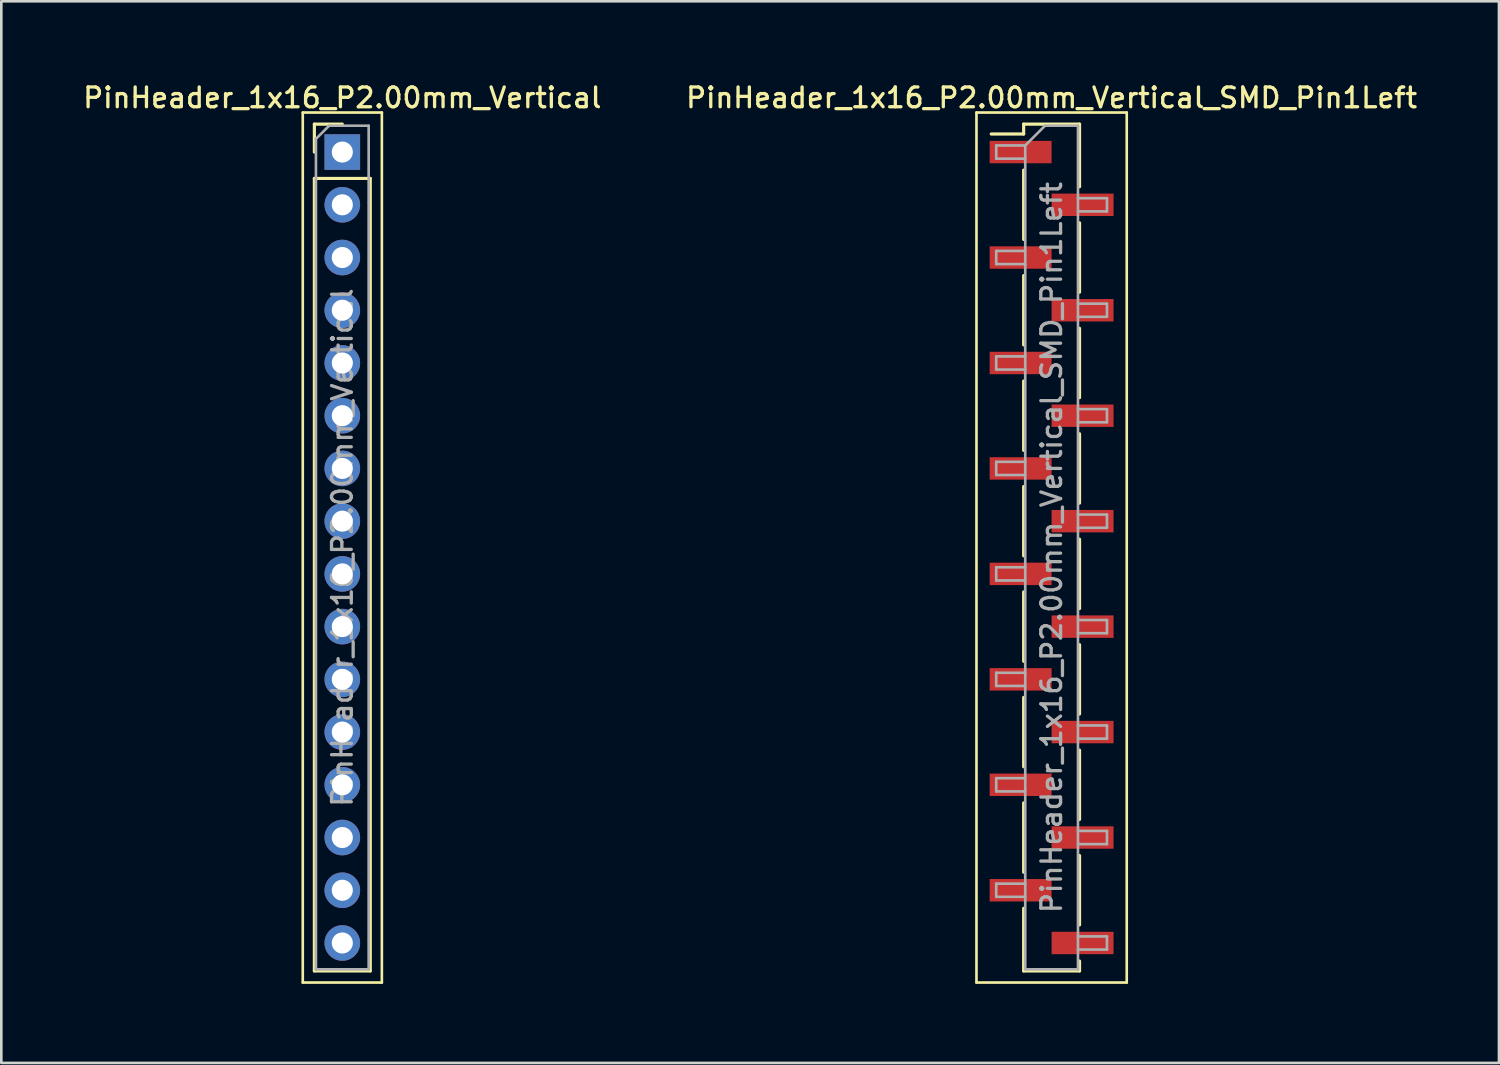
<source format=kicad_pcb>
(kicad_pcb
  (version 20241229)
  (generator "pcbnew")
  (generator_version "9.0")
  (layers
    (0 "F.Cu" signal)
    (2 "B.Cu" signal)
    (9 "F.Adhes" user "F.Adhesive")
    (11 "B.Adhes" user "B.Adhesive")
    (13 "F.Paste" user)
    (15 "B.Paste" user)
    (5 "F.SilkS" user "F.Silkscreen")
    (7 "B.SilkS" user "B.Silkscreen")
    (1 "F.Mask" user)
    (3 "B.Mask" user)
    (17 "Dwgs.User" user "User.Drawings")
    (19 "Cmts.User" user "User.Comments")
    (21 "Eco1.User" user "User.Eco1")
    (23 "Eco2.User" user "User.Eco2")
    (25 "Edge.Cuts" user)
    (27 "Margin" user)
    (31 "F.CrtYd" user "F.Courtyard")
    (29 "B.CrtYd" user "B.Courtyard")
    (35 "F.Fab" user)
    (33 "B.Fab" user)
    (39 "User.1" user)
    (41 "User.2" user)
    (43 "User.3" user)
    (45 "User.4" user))
  (footprint "PinHeader_1x16_P2.00mm_Vertical_SMD_Pin1Left"
    (layer "F.Cu")
    (at 36.838 17.718)
    (property "Reference" "PinHeader_1x16_P2.00mm_Vertical_SMD_Pin1Left" (at 0 -17.06 0) (layer "F.SilkS") (effects (font (size 0.75 0.75) (thickness 0.125))))
    (attr smd)
    (fp_line (start -2.85 -16.5) (end -2.85 16.5) (stroke (width 0.1) (type solid)) (layer "F.SilkS"))
    (fp_line (start -2.85 16.5) (end 2.85 16.5) (stroke (width 0.1) (type solid)) (layer "F.SilkS"))
    (fp_line (start -1.06 -16.06) (end -1.06 -15.685) (stroke (width 0.12) (type solid)) (layer "F.SilkS"))
    (fp_line (start -1.06 -16.06) (end 1.06 -16.06) (stroke (width 0.12) (type solid)) (layer "F.SilkS"))
    (fp_line (start -1.06 -15.685) (end -2.29 -15.685) (stroke (width 0.12) (type solid)) (layer "F.SilkS"))
    (fp_line (start -1.06 -14.315) (end -1.06 -11.685) (stroke (width 0.12) (type solid)) (layer "F.SilkS"))
    (fp_line (start -1.06 -10.315) (end -1.06 -7.685) (stroke (width 0.12) (type solid)) (layer "F.SilkS"))
    (fp_line (start -1.06 -6.315) (end -1.06 -3.685) (stroke (width 0.12) (type solid)) (layer "F.SilkS"))
    (fp_line (start -1.06 -2.315) (end -1.06 0.315) (stroke (width 0.12) (type solid)) (layer "F.SilkS"))
    (fp_line (start -1.06 1.685) (end -1.06 4.315) (stroke (width 0.12) (type solid)) (layer "F.SilkS"))
    (fp_line (start -1.06 5.685) (end -1.06 8.315) (stroke (width 0.12) (type solid)) (layer "F.SilkS"))
    (fp_line (start -1.06 9.685) (end -1.06 12.315) (stroke (width 0.12) (type solid)) (layer "F.SilkS"))
    (fp_line (start -1.06 13.685) (end -1.06 16.06) (stroke (width 0.12) (type solid)) (layer "F.SilkS"))
    (fp_line (start -1.06 16.06) (end 1.06 16.06) (stroke (width 0.12) (type solid)) (layer "F.SilkS"))
    (fp_line (start 1.06 -16.06) (end 1.06 -13.685) (stroke (width 0.12) (type solid)) (layer "F.SilkS"))
    (fp_line (start 1.06 -12.315) (end 1.06 -9.685) (stroke (width 0.12) (type solid)) (layer "F.SilkS"))
    (fp_line (start 1.06 -8.315) (end 1.06 -5.685) (stroke (width 0.12) (type solid)) (layer "F.SilkS"))
    (fp_line (start 1.06 -4.315) (end 1.06 -1.685) (stroke (width 0.12) (type solid)) (layer "F.SilkS"))
    (fp_line (start 1.06 -0.315) (end 1.06 2.315) (stroke (width 0.12) (type solid)) (layer "F.SilkS"))
    (fp_line (start 1.06 3.685) (end 1.06 6.315) (stroke (width 0.12) (type solid)) (layer "F.SilkS"))
    (fp_line (start 1.06 7.685) (end 1.06 10.315) (stroke (width 0.12) (type solid)) (layer "F.SilkS"))
    (fp_line (start 1.06 11.685) (end 1.06 14.315) (stroke (width 0.12) (type solid)) (layer "F.SilkS"))
    (fp_line (start 1.06 15.685) (end 1.06 16.06) (stroke (width 0.12) (type solid)) (layer "F.SilkS"))
    (fp_line (start 2.85 -16.5) (end -2.85 -16.5) (stroke (width 0.1) (type solid)) (layer "F.SilkS"))
    (fp_line (start 2.85 16.5) (end 2.85 -16.5) (stroke (width 0.1) (type solid)) (layer "F.SilkS"))
    (fp_line (start -2.1 -15.25) (end -2.1 -14.75) (stroke (width 0.1) (type solid)) (layer "F.Fab"))
    (fp_line (start -2.1 -14.75) (end -1 -14.75) (stroke (width 0.1) (type solid)) (layer "F.Fab"))
    (fp_line (start -2.1 -11.25) (end -2.1 -10.75) (stroke (width 0.1) (type solid)) (layer "F.Fab"))
    (fp_line (start -2.1 -10.75) (end -1 -10.75) (stroke (width 0.1) (type solid)) (layer "F.Fab"))
    (fp_line (start -2.1 -7.25) (end -2.1 -6.75) (stroke (width 0.1) (type solid)) (layer "F.Fab"))
    (fp_line (start -2.1 -6.75) (end -1 -6.75) (stroke (width 0.1) (type solid)) (layer "F.Fab"))
    (fp_line (start -2.1 -3.25) (end -2.1 -2.75) (stroke (width 0.1) (type solid)) (layer "F.Fab"))
    (fp_line (start -2.1 -2.75) (end -1 -2.75) (stroke (width 0.1) (type solid)) (layer "F.Fab"))
    (fp_line (start -2.1 0.75) (end -2.1 1.25) (stroke (width 0.1) (type solid)) (layer "F.Fab"))
    (fp_line (start -2.1 1.25) (end -1 1.25) (stroke (width 0.1) (type solid)) (layer "F.Fab"))
    (fp_line (start -2.1 4.75) (end -2.1 5.25) (stroke (width 0.1) (type solid)) (layer "F.Fab"))
    (fp_line (start -2.1 5.25) (end -1 5.25) (stroke (width 0.1) (type solid)) (layer "F.Fab"))
    (fp_line (start -2.1 8.75) (end -2.1 9.25) (stroke (width 0.1) (type solid)) (layer "F.Fab"))
    (fp_line (start -2.1 9.25) (end -1 9.25) (stroke (width 0.1) (type solid)) (layer "F.Fab"))
    (fp_line (start -2.1 12.75) (end -2.1 13.25) (stroke (width 0.1) (type solid)) (layer "F.Fab"))
    (fp_line (start -2.1 13.25) (end -1 13.25) (stroke (width 0.1) (type solid)) (layer "F.Fab"))
    (fp_line (start -1 -15.25) (end -2.1 -15.25) (stroke (width 0.1) (type solid)) (layer "F.Fab"))
    (fp_line (start -1 -15.25) (end -0.25 -16) (stroke (width 0.1) (type solid)) (layer "F.Fab"))
    (fp_line (start -1 -11.25) (end -2.1 -11.25) (stroke (width 0.1) (type solid)) (layer "F.Fab"))
    (fp_line (start -1 -7.25) (end -2.1 -7.25) (stroke (width 0.1) (type solid)) (layer "F.Fab"))
    (fp_line (start -1 -3.25) (end -2.1 -3.25) (stroke (width 0.1) (type solid)) (layer "F.Fab"))
    (fp_line (start -1 0.75) (end -2.1 0.75) (stroke (width 0.1) (type solid)) (layer "F.Fab"))
    (fp_line (start -1 4.75) (end -2.1 4.75) (stroke (width 0.1) (type solid)) (layer "F.Fab"))
    (fp_line (start -1 8.75) (end -2.1 8.75) (stroke (width 0.1) (type solid)) (layer "F.Fab"))
    (fp_line (start -1 12.75) (end -2.1 12.75) (stroke (width 0.1) (type solid)) (layer "F.Fab"))
    (fp_line (start -1 16) (end -1 -15.25) (stroke (width 0.1) (type solid)) (layer "F.Fab"))
    (fp_line (start -0.25 -16) (end 1 -16) (stroke (width 0.1) (type solid)) (layer "F.Fab"))
    (fp_line (start 1 -16) (end 1 16) (stroke (width 0.1) (type solid)) (layer "F.Fab"))
    (fp_line (start 1 -13.25) (end 2.1 -13.25) (stroke (width 0.1) (type solid)) (layer "F.Fab"))
    (fp_line (start 1 -9.25) (end 2.1 -9.25) (stroke (width 0.1) (type solid)) (layer "F.Fab"))
    (fp_line (start 1 -5.25) (end 2.1 -5.25) (stroke (width 0.1) (type solid)) (layer "F.Fab"))
    (fp_line (start 1 -1.25) (end 2.1 -1.25) (stroke (width 0.1) (type solid)) (layer "F.Fab"))
    (fp_line (start 1 2.75) (end 2.1 2.75) (stroke (width 0.1) (type solid)) (layer "F.Fab"))
    (fp_line (start 1 6.75) (end 2.1 6.75) (stroke (width 0.1) (type solid)) (layer "F.Fab"))
    (fp_line (start 1 10.75) (end 2.1 10.75) (stroke (width 0.1) (type solid)) (layer "F.Fab"))
    (fp_line (start 1 14.75) (end 2.1 14.75) (stroke (width 0.1) (type solid)) (layer "F.Fab"))
    (fp_line (start 1 16) (end -1 16) (stroke (width 0.1) (type solid)) (layer "F.Fab"))
    (fp_line (start 2.1 -13.25) (end 2.1 -12.75) (stroke (width 0.1) (type solid)) (layer "F.Fab"))
    (fp_line (start 2.1 -12.75) (end 1 -12.75) (stroke (width 0.1) (type solid)) (layer "F.Fab"))
    (fp_line (start 2.1 -9.25) (end 2.1 -8.75) (stroke (width 0.1) (type solid)) (layer "F.Fab"))
    (fp_line (start 2.1 -8.75) (end 1 -8.75) (stroke (width 0.1) (type solid)) (layer "F.Fab"))
    (fp_line (start 2.1 -5.25) (end 2.1 -4.75) (stroke (width 0.1) (type solid)) (layer "F.Fab"))
    (fp_line (start 2.1 -4.75) (end 1 -4.75) (stroke (width 0.1) (type solid)) (layer "F.Fab"))
    (fp_line (start 2.1 -1.25) (end 2.1 -0.75) (stroke (width 0.1) (type solid)) (layer "F.Fab"))
    (fp_line (start 2.1 -0.75) (end 1 -0.75) (stroke (width 0.1) (type solid)) (layer "F.Fab"))
    (fp_line (start 2.1 2.75) (end 2.1 3.25) (stroke (width 0.1) (type solid)) (layer "F.Fab"))
    (fp_line (start 2.1 3.25) (end 1 3.25) (stroke (width 0.1) (type solid)) (layer "F.Fab"))
    (fp_line (start 2.1 6.75) (end 2.1 7.25) (stroke (width 0.1) (type solid)) (layer "F.Fab"))
    (fp_line (start 2.1 7.25) (end 1 7.25) (stroke (width 0.1) (type solid)) (layer "F.Fab"))
    (fp_line (start 2.1 10.75) (end 2.1 11.25) (stroke (width 0.1) (type solid)) (layer "F.Fab"))
    (fp_line (start 2.1 11.25) (end 1 11.25) (stroke (width 0.1) (type solid)) (layer "F.Fab"))
    (fp_line (start 2.1 14.75) (end 2.1 15.25) (stroke (width 0.1) (type solid)) (layer "F.Fab"))
    (fp_line (start 2.1 15.25) (end 1 15.25) (stroke (width 0.1) (type solid)) (layer "F.Fab"))
    (fp_text user "${REFERENCE}" (at 0 0 90) (layer "F.Fab") (effects (font (size 0.75 0.75) (thickness 0.125))))
    (pad "1" smd rect (at -1.175 -15) (size 2.35 0.85) (layers "F.Cu" "F.Mask" "F.Paste"))
    (pad "2" smd rect (at 1.175 -13) (size 2.35 0.85) (layers "F.Cu" "F.Mask" "F.Paste"))
    (pad "3" smd rect (at -1.175 -11) (size 2.35 0.85) (layers "F.Cu" "F.Mask" "F.Paste"))
    (pad "4" smd rect (at 1.175 -9) (size 2.35 0.85) (layers "F.Cu" "F.Mask" "F.Paste"))
    (pad "5" smd rect (at -1.175 -7) (size 2.35 0.85) (layers "F.Cu" "F.Mask" "F.Paste"))
    (pad "6" smd rect (at 1.175 -5) (size 2.35 0.85) (layers "F.Cu" "F.Mask" "F.Paste"))
    (pad "7" smd rect (at -1.175 -3) (size 2.35 0.85) (layers "F.Cu" "F.Mask" "F.Paste"))
    (pad "8" smd rect (at 1.175 -1) (size 2.35 0.85) (layers "F.Cu" "F.Mask" "F.Paste"))
    (pad "9" smd rect (at -1.175 1) (size 2.35 0.85) (layers "F.Cu" "F.Mask" "F.Paste"))
    (pad "10" smd rect (at 1.175 3) (size 2.35 0.85) (layers "F.Cu" "F.Mask" "F.Paste"))
    (pad "11" smd rect (at -1.175 5) (size 2.35 0.85) (layers "F.Cu" "F.Mask" "F.Paste"))
    (pad "12" smd rect (at 1.175 7) (size 2.35 0.85) (layers "F.Cu" "F.Mask" "F.Paste"))
    (pad "13" smd rect (at -1.175 9) (size 2.35 0.85) (layers "F.Cu" "F.Mask" "F.Paste"))
    (pad "14" smd rect (at 1.175 11) (size 2.35 0.85) (layers "F.Cu" "F.Mask" "F.Paste"))
    (pad "15" smd rect (at -1.175 13) (size 2.35 0.85) (layers "F.Cu" "F.Mask" "F.Paste"))
    (pad "16" smd rect (at 1.175 15) (size 2.35 0.85) (layers "F.Cu" "F.Mask" "F.Paste")))
  (footprint "PinHeader_1x16_P2.00mm_Vertical"
    (layer "F.Cu")
    (at 9.934 2.718)
    (property "Reference" "PinHeader_1x16_P2.00mm_Vertical" (at 0 -2.06 0) (layer "F.SilkS") (effects (font (size 0.75 0.75) (thickness 0.125))))
    (attr through_hole)
    (fp_line (start -1.5 -1.5) (end -1.5 31.5) (stroke (width 0.1) (type solid)) (layer "F.SilkS"))
    (fp_line (start -1.5 31.5) (end 1.5 31.5) (stroke (width 0.1) (type solid)) (layer "F.SilkS"))
    (fp_line (start -1.06 -1.06) (end 0 -1.06) (stroke (width 0.12) (type solid)) (layer "F.SilkS"))
    (fp_line (start -1.06 0) (end -1.06 -1.06) (stroke (width 0.12) (type solid)) (layer "F.SilkS"))
    (fp_line (start -1.06 1) (end -1.06 31.06) (stroke (width 0.12) (type solid)) (layer "F.SilkS"))
    (fp_line (start -1.06 1) (end 1.06 1) (stroke (width 0.12) (type solid)) (layer "F.SilkS"))
    (fp_line (start -1.06 31.06) (end 1.06 31.06) (stroke (width 0.12) (type solid)) (layer "F.SilkS"))
    (fp_line (start 1.06 1) (end 1.06 31.06) (stroke (width 0.12) (type solid)) (layer "F.SilkS"))
    (fp_line (start 1.5 -1.5) (end -1.5 -1.5) (stroke (width 0.1) (type solid)) (layer "F.SilkS"))
    (fp_line (start 1.5 31.5) (end 1.5 -1.5) (stroke (width 0.1) (type solid)) (layer "F.SilkS"))
    (fp_line (start -1 -0.5) (end -0.5 -1) (stroke (width 0.1) (type solid)) (layer "F.Fab"))
    (fp_line (start -1 31) (end -1 -0.5) (stroke (width 0.1) (type solid)) (layer "F.Fab"))
    (fp_line (start -0.5 -1) (end 1 -1) (stroke (width 0.1) (type solid)) (layer "F.Fab"))
    (fp_line (start 1 -1) (end 1 31) (stroke (width 0.1) (type solid)) (layer "F.Fab"))
    (fp_line (start 1 31) (end -1 31) (stroke (width 0.1) (type solid)) (layer "F.Fab"))
    (fp_text user "${REFERENCE}" (at 0 15 90) (layer "F.Fab") (effects (font (size 0.75 0.75) (thickness 0.125))))
    (pad "1" thru_hole rect (at 0 0) (size 1.35 1.35) (drill 0.8) (layers "*.Cu" "*.Mask"))
    (pad "2" thru_hole oval (at 0 2) (size 1.35 1.35) (drill 0.8) (layers "*.Cu" "*.Mask"))
    (pad "3" thru_hole oval (at 0 4) (size 1.35 1.35) (drill 0.8) (layers "*.Cu" "*.Mask"))
    (pad "4" thru_hole oval (at 0 6) (size 1.35 1.35) (drill 0.8) (layers "*.Cu" "*.Mask"))
    (pad "5" thru_hole oval (at 0 8) (size 1.35 1.35) (drill 0.8) (layers "*.Cu" "*.Mask"))
    (pad "6" thru_hole oval (at 0 10) (size 1.35 1.35) (drill 0.8) (layers "*.Cu" "*.Mask"))
    (pad "7" thru_hole oval (at 0 12) (size 1.35 1.35) (drill 0.8) (layers "*.Cu" "*.Mask"))
    (pad "8" thru_hole oval (at 0 14) (size 1.35 1.35) (drill 0.8) (layers "*.Cu" "*.Mask"))
    (pad "9" thru_hole oval (at 0 16) (size 1.35 1.35) (drill 0.8) (layers "*.Cu" "*.Mask"))
    (pad "10" thru_hole oval (at 0 18) (size 1.35 1.35) (drill 0.8) (layers "*.Cu" "*.Mask"))
    (pad "11" thru_hole oval (at 0 20) (size 1.35 1.35) (drill 0.8) (layers "*.Cu" "*.Mask"))
    (pad "12" thru_hole oval (at 0 22) (size 1.35 1.35) (drill 0.8) (layers "*.Cu" "*.Mask"))
    (pad "13" thru_hole oval (at 0 24) (size 1.35 1.35) (drill 0.8) (layers "*.Cu" "*.Mask"))
    (pad "14" thru_hole oval (at 0 26) (size 1.35 1.35) (drill 0.8) (layers "*.Cu" "*.Mask"))
    (pad "15" thru_hole oval (at 0 28) (size 1.35 1.35) (drill 0.8) (layers "*.Cu" "*.Mask"))
    (pad "16" thru_hole oval (at 0 30) (size 1.35 1.35) (drill 0.8) (layers "*.Cu" "*.Mask")))
  (gr_rect
    (start -3 -3)
    (end 53.807 37.268)
    (stroke (width 0.1) (type default))
    (fill no)
    (layer "Edge.Cuts")))
</source>
